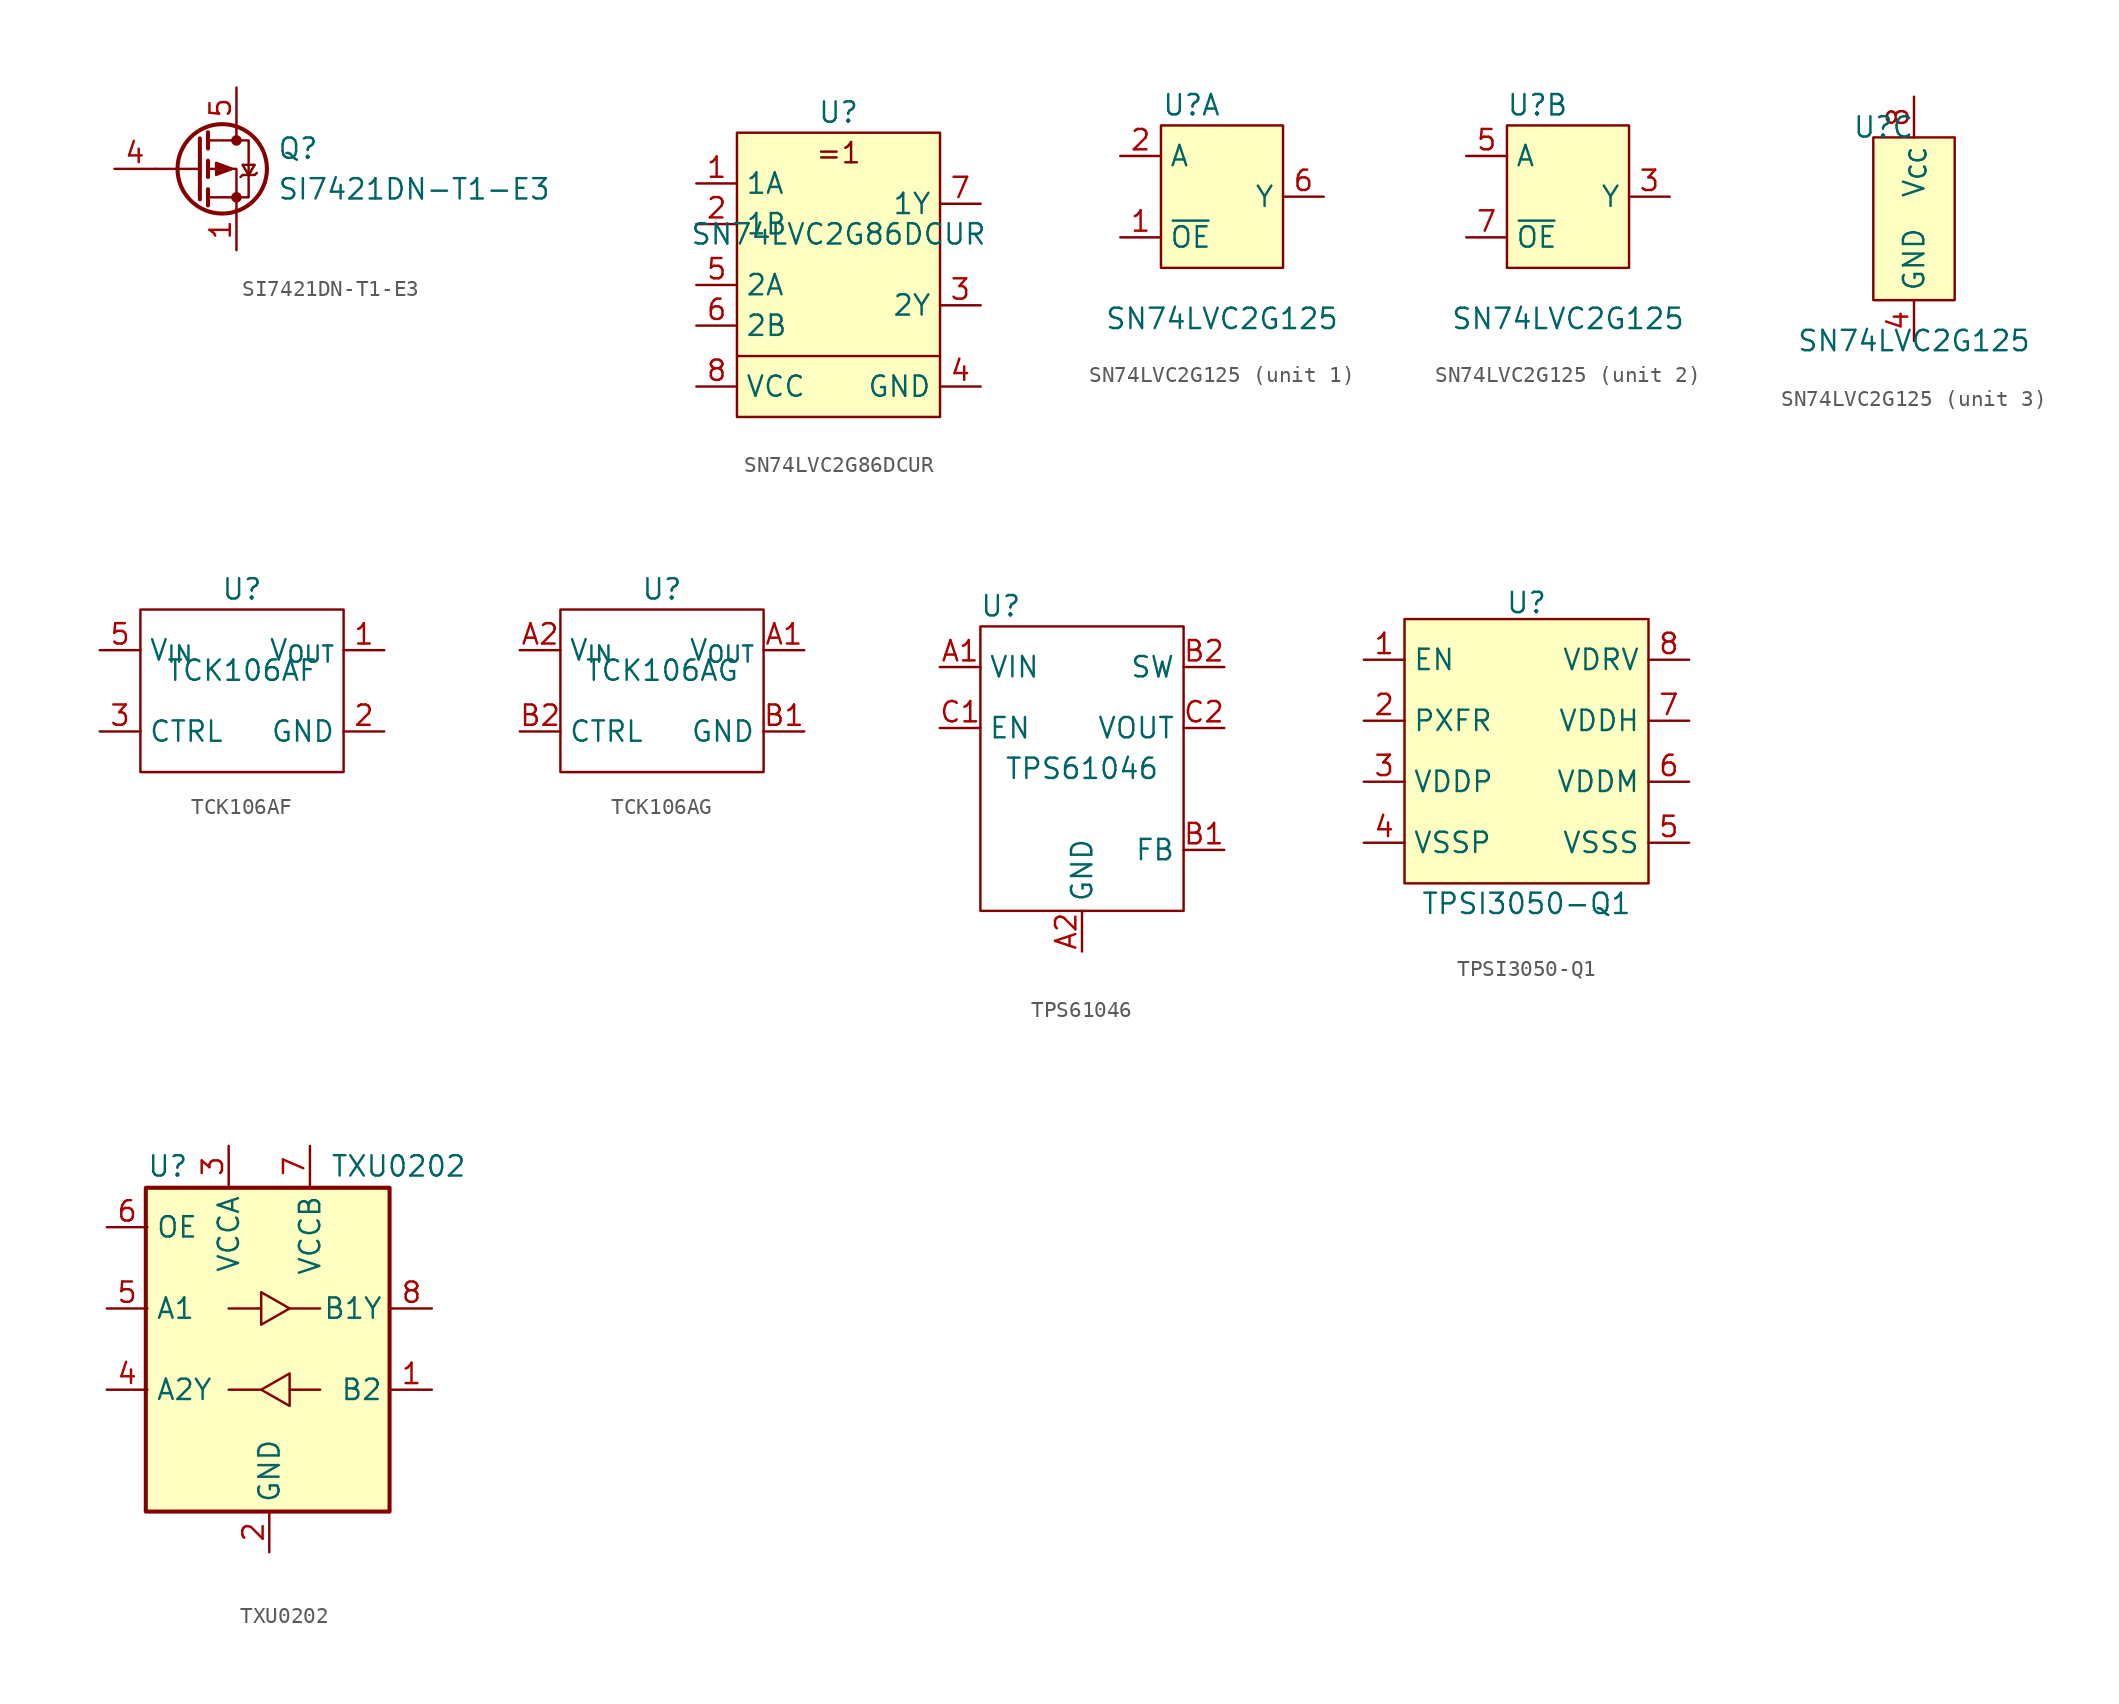
<source format=kicad_sym>
(kicad_symbol_lib
  (version 20231120)
  (generator "kicad_symbol_editor")
  (generator_version "8.0")
  (symbol "SI7421DN-T1-E3"
    (pin_names
      (offset 0) hide)
    (property "Reference" "Q"
      (at 5.08 1.27 0)
      (effects (font (size 1.27 1.27)) (justify left)))
    (property "Value" "SI7421DN-T1-E3"
      (at 5.08 -1.27 0)
      (effects (font (size 1.27 1.27)) (justify left)))
    (symbol "SI7421DN-T1-E3_0_1"
      (polyline (pts (xy 0.254 0) (xy -2.54 0)) (stroke (width 0) (type default)) (fill (type none)))
      (polyline (pts (xy 0.254 1.905) (xy 0.254 -1.905)) (stroke (width 0.254) (type default)) (fill (type none)))
      (polyline (pts (xy 0.762 -1.27) (xy 0.762 -2.286)) (stroke (width 0.254) (type default)) (fill (type none)))
      (polyline (pts (xy 0.762 0.508) (xy 0.762 -0.508)) (stroke (width 0.254) (type default)) (fill (type none)))
      (polyline (pts (xy 0.762 2.286) (xy 0.762 1.27)) (stroke (width 0.254) (type default)) (fill (type none)))
      (polyline (pts (xy 2.54 2.54) (xy 2.54 1.778)) (stroke (width 0) (type default)) (fill (type none)))
      (polyline (pts (xy 2.54 -2.54) (xy 2.54 0) (xy 0.762 0)) (stroke (width 0) (type default)) (fill (type none)))
      (polyline (pts (xy 0.762 1.778) (xy 3.302 1.778) (xy 3.302 -1.778) (xy 0.762 -1.778)) (stroke (width 0) (type default)) (fill (type none)))
      (polyline (pts (xy 2.286 0) (xy 1.27 0.381) (xy 1.27 -0.381) (xy 2.286 0)) (stroke (width 0) (type default)) (fill (type outline)))
      (polyline (pts (xy 2.794 -0.508) (xy 2.921 -0.381) (xy 3.683 -0.381) (xy 3.81 -0.254)) (stroke (width 0) (type default)) (fill (type none)))
      (polyline (pts (xy 3.302 -0.381) (xy 2.921 0.254) (xy 3.683 0.254) (xy 3.302 -0.381)) (stroke (width 0) (type default)) (fill (type none)))
      (circle (center 1.651 0) (radius 2.794) (stroke (width 0.254) (type default)) (fill (type none)))
      (circle (center 2.54 -1.778) (radius 0.254) (stroke (width 0) (type default)) (fill (type outline)))
      (circle (center 2.54 1.778) (radius 0.254) (stroke (width 0) (type default)) (fill (type outline))))
    (symbol "SI7421DN-T1-E3_1_1"
      (pin passive line (at 2.54 -5.08 90) (length 2.54) (name "S" (effects (font (size 1.27 1.27)))) (number "1" (effects (font (size 1.27 1.27)))))
      (pin passive line (at 2.54 -5.08 90) (length 2.54) hide (name "S" (effects (font (size 1.27 1.27)))) (number "2" (effects (font (size 1.27 1.27)))))
      (pin passive line (at 2.54 -5.08 90) (length 2.54) hide (name "S" (effects (font (size 1.27 1.27)))) (number "3" (effects (font (size 1.27 1.27)))))
      (pin input line (at -5.08 0 0) (length 2.54) (name "G" (effects (font (size 1.27 1.27)))) (number "4" (effects (font (size 1.27 1.27)))))
      (pin passive line (at 2.54 5.08 270) (length 2.54) (name "D" (effects (font (size 1.27 1.27)))) (number "5" (effects (font (size 1.27 1.27)))))))
  (symbol "SN74LVC2G86DCUR"
    (property "Reference" "U"
      (at 0 8.89 0)
      (effects (font (size 1.27 1.27))))
    (property "Value" "SN74LVC2G86DCUR"
      (at 0 1.27 0)
      (effects (font (size 1.27 1.27))))
    (symbol "SN74LVC2G86DCUR_1_1"
      (rectangle (start -6.35 7.62) (end 6.35 -10.16) (stroke (width 0) (type default)) (fill (type background)))
      (polyline (pts (xy 6.35 -6.35) (xy -6.35 -6.35)) (stroke (width 0) (type default)) (fill (type none)))
      (text "=1" (at 0 6.35 0) (effects (font (size 1.27 1.27))))
      (pin input line (at -8.89 4.445 0) (length 2.54) (name "1A" (effects (font (size 1.27 1.27)))) (number "1" (effects (font (size 1.27 1.27)))))
      (pin input line (at -8.89 1.905 0) (length 2.54) (name "1B" (effects (font (size 1.27 1.27)))) (number "2" (effects (font (size 1.27 1.27)))))
      (pin output line (at 8.89 -3.175 180) (length 2.54) (name "2Y" (effects (font (size 1.27 1.27)))) (number "3" (effects (font (size 1.27 1.27)))))
      (pin power_in line (at 8.89 -8.255 180) (length 2.54) (name "GND" (effects (font (size 1.27 1.27)))) (number "4" (effects (font (size 1.27 1.27)))))
      (pin input line (at -8.89 -1.905 0) (length 2.54) (name "2A" (effects (font (size 1.27 1.27)))) (number "5" (effects (font (size 1.27 1.27)))))
      (pin input line (at -8.89 -4.445 0) (length 2.54) (name "2B" (effects (font (size 1.27 1.27)))) (number "6" (effects (font (size 1.27 1.27)))))
      (pin output line (at 8.89 3.175 180) (length 2.54) (name "1Y" (effects (font (size 1.27 1.27)))) (number "7" (effects (font (size 1.27 1.27)))))
      (pin power_in line (at -8.89 -8.255 0) (length 2.54) (name "VCC" (effects (font (size 1.27 1.27)))) (number "8" (effects (font (size 1.27 1.27)))))))
  (symbol "SN74LVC2G125"
    (property "Reference" "U"
      (at -1.905 5.715 0)
      (effects (font (size 1.27 1.27))))
    (property "Value" "SN74LVC2G125"
      (at 0 -7.62 0)
      (effects (font (size 1.27 1.27))))
    (property "ki_locked" ""
      (at 0 0 0)
      (effects (font (size 1.27 1.27))))
    (symbol "SN74LVC2G125_1_1"
      (rectangle (start -3.81 4.445) (end 3.81 -4.445) (stroke (width 0) (type default)) (fill (type background)))
      (pin input line (at -6.35 -2.54 0) (length 2.54) (name "~{OE}" (effects (font (size 1.27 1.27)))) (number "1" (effects (font (size 1.27 1.27)))))
      (pin input line (at -6.35 2.54 0) (length 2.54) (name "A" (effects (font (size 1.27 1.27)))) (number "2" (effects (font (size 1.27 1.27)))))
      (pin input line (at 6.35 0 180) (length 2.54) (name "Y" (effects (font (size 1.27 1.27)))) (number "6" (effects (font (size 1.27 1.27))))))
    (symbol "SN74LVC2G125_2_1"
      (rectangle (start -3.81 4.445) (end 3.81 -4.445) (stroke (width 0) (type default)) (fill (type background)))
      (pin input line (at 6.35 0 180) (length 2.54) (name "Y" (effects (font (size 1.27 1.27)))) (number "3" (effects (font (size 1.27 1.27)))))
      (pin input line (at -6.35 2.54 0) (length 2.54) (name "A" (effects (font (size 1.27 1.27)))) (number "5" (effects (font (size 1.27 1.27)))))
      (pin input line (at -6.35 -2.54 0) (length 2.54) (name "~{OE}" (effects (font (size 1.27 1.27)))) (number "7" (effects (font (size 1.27 1.27))))))
    (symbol "SN74LVC2G125_3_1"
      (rectangle (start -2.54 5.08) (end 2.54 -5.08) (stroke (width 0) (type default)) (fill (type background)))
      (pin input line (at 0 -7.62 90) (length 2.54) (name "GND" (effects (font (size 1.27 1.27)))) (number "4" (effects (font (size 1.27 1.27)))))
      (pin input line (at 0 7.62 270) (length 2.54) (name "V_{CC}" (effects (font (size 1.27 1.27)))) (number "8" (effects (font (size 1.27 1.27)))))))
  (symbol "TCK106AF"
    (property "Reference" "U"
      (at 0 6.35 0)
      (effects (font (size 1.27 1.27))))
    (property "Value" "TCK106AF"
      (at 0 1.27 0)
      (effects (font (size 1.27 1.27))))
    (symbol "TCK106AF_0_1"
      (rectangle (start -6.35 5.08) (end 6.35 -5.08) (stroke (width 0) (type default)) (fill (type none))))
    (symbol "TCK106AF_1_1"
      (pin input line (at 8.89 2.54 180) (length 2.54) (name "V_{OUT}" (effects (font (size 1.27 1.27)))) (number "1" (effects (font (size 1.27 1.27)))))
      (pin input line (at 8.89 -2.54 180) (length 2.54) (name "GND" (effects (font (size 1.27 1.27)))) (number "2" (effects (font (size 1.27 1.27)))))
      (pin input line (at -8.89 -2.54 0) (length 2.54) (name "CTRL" (effects (font (size 1.27 1.27)))) (number "3" (effects (font (size 1.27 1.27)))))
      (pin no_connect line (at 0 -2.54 90) (length 2.54) hide (name "NC" (effects (font (size 1.27 1.27)))) (number "5" (effects (font (size 1.27 1.27)))))
      (pin input line (at -8.89 2.54 0) (length 2.54) (name "V_{IN}" (effects (font (size 1.27 1.27)))) (number "5" (effects (font (size 1.27 1.27)))))))
  (symbol "TCK106AG"
    (property "Reference" "U"
      (at 0 6.35 0)
      (effects (font (size 1.27 1.27))))
    (property "Value" "TCK106AG"
      (at 0 1.27 0)
      (effects (font (size 1.27 1.27))))
    (symbol "TCK106AG_0_1"
      (rectangle (start -6.35 5.08) (end 6.35 -5.08) (stroke (width 0) (type default)) (fill (type none))))
    (symbol "TCK106AG_1_1"
      (pin input line (at 8.89 2.54 180) (length 2.54) (name "V_{OUT}" (effects (font (size 1.27 1.27)))) (number "A1" (effects (font (size 1.27 1.27)))))
      (pin input line (at -8.89 2.54 0) (length 2.54) (name "V_{IN}" (effects (font (size 1.27 1.27)))) (number "A2" (effects (font (size 1.27 1.27)))))
      (pin input line (at 8.89 -2.54 180) (length 2.54) (name "GND" (effects (font (size 1.27 1.27)))) (number "B1" (effects (font (size 1.27 1.27)))))
      (pin input line (at -8.89 -2.54 0) (length 2.54) (name "CTRL" (effects (font (size 1.27 1.27)))) (number "B2" (effects (font (size 1.27 1.27)))))))
  (symbol "TPS61046"
    (property "Reference" "U"
      (at -5.08 10.16 0)
      (effects (font (size 1.27 1.27))))
    (property "Value" "TPS61046"
      (at 0 0 0)
      (effects (font (size 1.27 1.27))))
    (symbol "TPS61046_0_1"
      (rectangle (start -6.35 8.89) (end 6.35 -8.89) (stroke (width 0) (type default)) (fill (type none))))
    (symbol "TPS61046_1_1"
      (pin input line (at -8.89 6.35 0) (length 2.54) (name "VIN" (effects (font (size 1.27 1.27)))) (number "A1" (effects (font (size 1.27 1.27)))))
      (pin input line (at 0 -11.43 90) (length 2.54) (name "GND" (effects (font (size 1.27 1.27)))) (number "A2" (effects (font (size 1.27 1.27)))))
      (pin input line (at 8.89 -5.08 180) (length 2.54) (name "FB" (effects (font (size 1.27 1.27)))) (number "B1" (effects (font (size 1.27 1.27)))))
      (pin input line (at 8.89 6.35 180) (length 2.54) (name "SW" (effects (font (size 1.27 1.27)))) (number "B2" (effects (font (size 1.27 1.27)))))
      (pin input line (at -8.89 2.54 0) (length 2.54) (name "EN" (effects (font (size 1.27 1.27)))) (number "C1" (effects (font (size 1.27 1.27)))))
      (pin input line (at 8.89 2.54 180) (length 2.54) (name "VOUT" (effects (font (size 1.27 1.27)))) (number "C2" (effects (font (size 1.27 1.27)))))))
  (symbol "TPSI3050-Q1"
    (property "Reference" "U"
      (at 0 11.176 0)
      (effects (font (size 1.27 1.27))))
    (property "Value" "TPSI3050-Q1"
      (at 0 -7.62 0)
      (effects (font (size 1.27 1.27))))
    (symbol "TPSI3050-Q1_1_1"
      (rectangle (start -7.62 10.16) (end 7.62 -6.35) (stroke (width 0) (type default)) (fill (type background)))
      (pin bidirectional line (at -10.16 7.62 0) (length 2.54) (name "EN" (effects (font (size 1.27 1.27)))) (number "1" (effects (font (size 1.27 1.27)))))
      (pin bidirectional line (at -10.16 3.81 0) (length 2.54) (name "PXFR" (effects (font (size 1.27 1.27)))) (number "2" (effects (font (size 1.27 1.27)))))
      (pin bidirectional line (at -10.16 0 0) (length 2.54) (name "VDDP" (effects (font (size 1.27 1.27)))) (number "3" (effects (font (size 1.27 1.27)))))
      (pin bidirectional line (at -10.16 -3.81 0) (length 2.54) (name "VSSP" (effects (font (size 1.27 1.27)))) (number "4" (effects (font (size 1.27 1.27)))))
      (pin bidirectional line (at 10.16 -3.81 180) (length 2.54) (name "VSSS" (effects (font (size 1.27 1.27)))) (number "5" (effects (font (size 1.27 1.27)))))
      (pin bidirectional line (at 10.16 0 180) (length 2.54) (name "VDDM" (effects (font (size 1.27 1.27)))) (number "6" (effects (font (size 1.27 1.27)))))
      (pin bidirectional line (at 10.16 3.81 180) (length 2.54) (name "VDDH" (effects (font (size 1.27 1.27)))) (number "7" (effects (font (size 1.27 1.27)))))
      (pin bidirectional line (at 10.16 7.62 180) (length 2.54) (name "VDRV" (effects (font (size 1.27 1.27)))) (number "8" (effects (font (size 1.27 1.27)))))))
  (symbol "TXU0202"
    (property "Reference" "U"
      (at -6.35 11.43 0)
      (effects (font (size 1.27 1.27))))
    (property "Value" "TXU0202"
      (at 3.81 11.43 0)
      (effects (font (size 1.27 1.27)) (justify left)))
    (symbol "TXU0202_0_1"
      (rectangle (start -7.722 10.084) (end 7.518 -10.16) (stroke (width 0.254) (type default)) (fill (type background)))
      (polyline (pts (xy -0.508 -2.54) (xy -2.54 -2.54)) (stroke (width 0) (type default)) (fill (type none)))
      (polyline (pts (xy -0.508 2.54) (xy -2.54 2.54)) (stroke (width 0) (type default)) (fill (type none)))
      (polyline (pts (xy 1.27 -2.54) (xy 3.175 -2.54)) (stroke (width 0) (type default)) (fill (type none)))
      (polyline (pts (xy 1.27 2.54) (xy 3.175 2.54)) (stroke (width 0) (type default)) (fill (type none)))
      (polyline (pts (xy -0.508 -2.54) (xy 1.27 -1.524) (xy 1.27 -3.556) (xy -0.508 -2.54)) (stroke (width 0) (type default)) (fill (type none)))
      (polyline (pts (xy 1.27 2.54) (xy -0.508 1.524) (xy -0.508 3.556) (xy 1.27 2.54)) (stroke (width 0) (type default)) (fill (type none))))
    (symbol "TXU0202_1_1"
      (pin input line (at 10.16 -2.54 180) (length 2.54) (name "B2" (effects (font (size 1.27 1.27)))) (number "1" (effects (font (size 1.27 1.27)))))
      (pin power_in line (at 0 -12.7 90) (length 2.54) (name "GND" (effects (font (size 1.27 1.27)))) (number "2" (effects (font (size 1.27 1.27)))))
      (pin power_in line (at -2.54 12.7 270) (length 2.54) (name "VCCA" (effects (font (size 1.27 1.27)))) (number "3" (effects (font (size 1.27 1.27)))))
      (pin output line (at -10.16 -2.54 0) (length 2.54) (name "A2Y" (effects (font (size 1.27 1.27)))) (number "4" (effects (font (size 1.27 1.27)))))
      (pin input line (at -10.16 2.54 0) (length 2.54) (name "A1" (effects (font (size 1.27 1.27)))) (number "5" (effects (font (size 1.27 1.27)))))
      (pin input line (at -10.16 7.62 0) (length 2.54) (name "OE" (effects (font (size 1.27 1.27)))) (number "6" (effects (font (size 1.27 1.27)))))
      (pin power_in line (at 2.54 12.7 270) (length 2.54) (name "VCCB" (effects (font (size 1.27 1.27)))) (number "7" (effects (font (size 1.27 1.27)))))
      (pin output line (at 10.16 2.54 180) (length 2.54) (name "B1Y" (effects (font (size 1.27 1.27)))) (number "8" (effects (font (size 1.27 1.27))))))))
</source>
